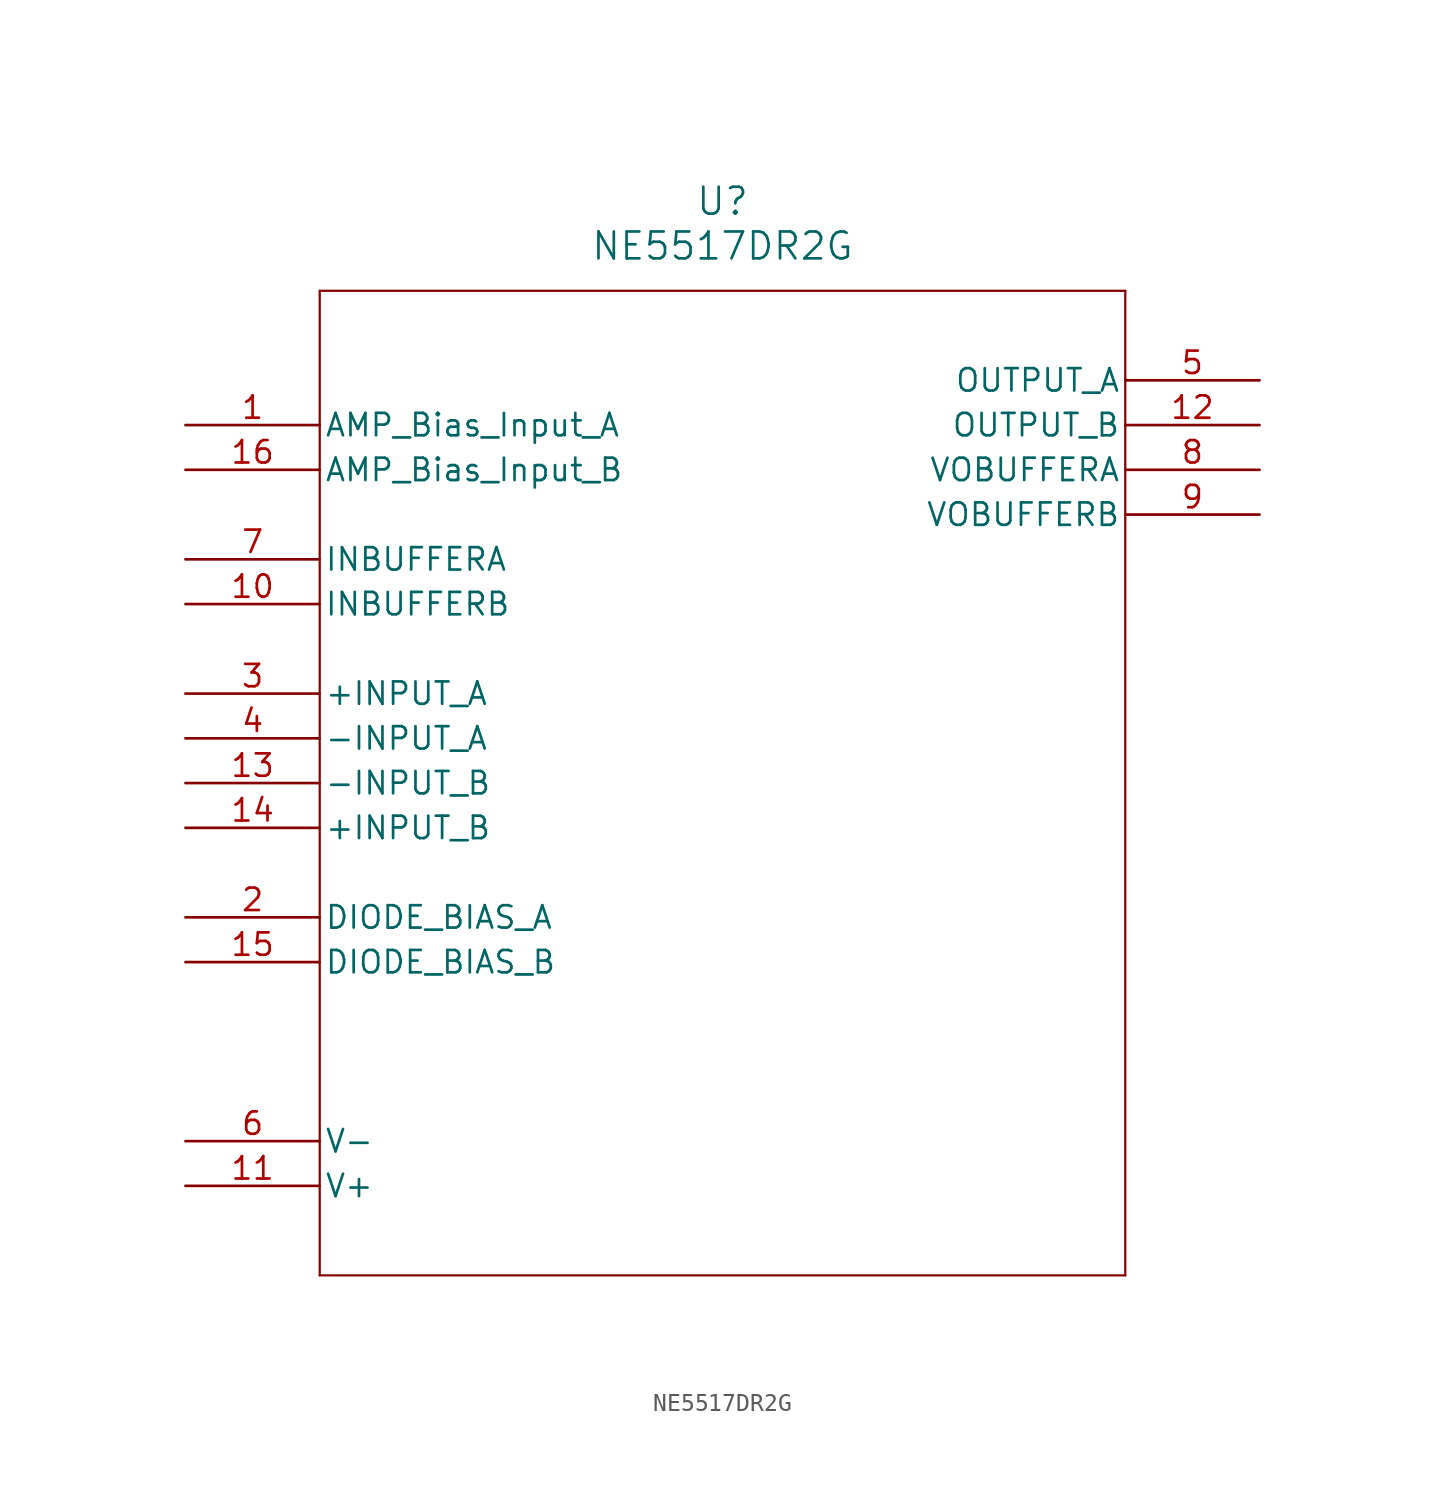
<source format=kicad_sym>
(kicad_symbol_lib
  (version 20220914)
  (generator kicad_symbol_editor)
  (symbol "NE5517DR2G"
    (pin_names
      (offset 0.254))
    (property "Reference" "U"
      (at 30.48 12.7 0)
      (effects (font (size 1.524 1.524))))
    (property "Value" "NE5517DR2G"
      (at 30.48 10.16 0)
      (effects (font (size 1.524 1.524))))
    (property "ki_locked" ""
      (at 0 0 0)
      (effects (font (size 1.27 1.27))))
    (symbol "NE5517DR2G_0_1"
      (polyline (pts (xy 7.62 -48.26) (xy 53.34 -48.26)) (stroke (width 0.127) (type default)) (fill (type none)))
      (polyline (pts (xy 7.62 7.62) (xy 7.62 -48.26)) (stroke (width 0.127) (type default)) (fill (type none)))
      (polyline (pts (xy 53.34 -48.26) (xy 53.34 7.62)) (stroke (width 0.127) (type default)) (fill (type none)))
      (polyline (pts (xy 53.34 7.62) (xy 7.62 7.62)) (stroke (width 0.127) (type default)) (fill (type none)))
      (pin input line (at 0 -10.16 0) (length 7.62) (name "INBUFFERB" (effects (font (size 1.27 1.27)))) (number "10" (effects (font (size 1.27 1.27)))))
      (pin power_in line (at 0 -43.18 0) (length 7.62) (name "V+" (effects (font (size 1.27 1.27)))) (number "11" (effects (font (size 1.27 1.27)))))
      (pin power_in line (at 0 -40.64 0) (length 7.62) (name "V-" (effects (font (size 1.27 1.27)))) (number "6" (effects (font (size 1.27 1.27)))))
      (pin input line (at 0 -7.62 0) (length 7.62) (name "INBUFFERA" (effects (font (size 1.27 1.27)))) (number "7" (effects (font (size 1.27 1.27)))))
      (pin output line (at 60.96 -5.08 180) (length 7.62) (name "VOBUFFERB" (effects (font (size 1.27 1.27)))) (number "9" (effects (font (size 1.27 1.27))))))
    (symbol "NE5517DR2G_1_1"
      (pin input line (at 0 0 0) (length 7.62) (name "AMP_Bias_Input_A" (effects (font (size 1.27 1.27)))) (number "1" (effects (font (size 1.27 1.27)))))
      (pin output line (at 60.96 0 180) (length 7.62) (name "OUTPUT_B" (effects (font (size 1.27 1.27)))) (number "12" (effects (font (size 1.27 1.27)))))
      (pin input line (at 0 -20.32 0) (length 7.62) (name "-INPUT_B" (effects (font (size 1.27 1.27)))) (number "13" (effects (font (size 1.27 1.27)))))
      (pin input line (at 0 -22.86 0) (length 7.62) (name "+INPUT_B" (effects (font (size 1.27 1.27)))) (number "14" (effects (font (size 1.27 1.27)))))
      (pin input line (at 0 -30.48 0) (length 7.62) (name "DIODE_BIAS_B" (effects (font (size 1.27 1.27)))) (number "15" (effects (font (size 1.27 1.27)))))
      (pin input line (at 0 -2.54 0) (length 7.62) (name "AMP_Bias_Input_B" (effects (font (size 1.27 1.27)))) (number "16" (effects (font (size 1.27 1.27)))))
      (pin input line (at 0 -27.94 0) (length 7.62) (name "DIODE_BIAS_A" (effects (font (size 1.27 1.27)))) (number "2" (effects (font (size 1.27 1.27)))))
      (pin input line (at 0 -15.24 0) (length 7.62) (name "+INPUT_A" (effects (font (size 1.27 1.27)))) (number "3" (effects (font (size 1.27 1.27)))))
      (pin input line (at 0 -17.78 0) (length 7.62) (name "-INPUT_A" (effects (font (size 1.27 1.27)))) (number "4" (effects (font (size 1.27 1.27)))))
      (pin output line (at 60.96 2.54 180) (length 7.62) (name "OUTPUT_A" (effects (font (size 1.27 1.27)))) (number "5" (effects (font (size 1.27 1.27)))))
      (pin output line (at 60.96 -2.54 180) (length 7.62) (name "VOBUFFERA" (effects (font (size 1.27 1.27)))) (number "8" (effects (font (size 1.27 1.27))))))))
</source>
